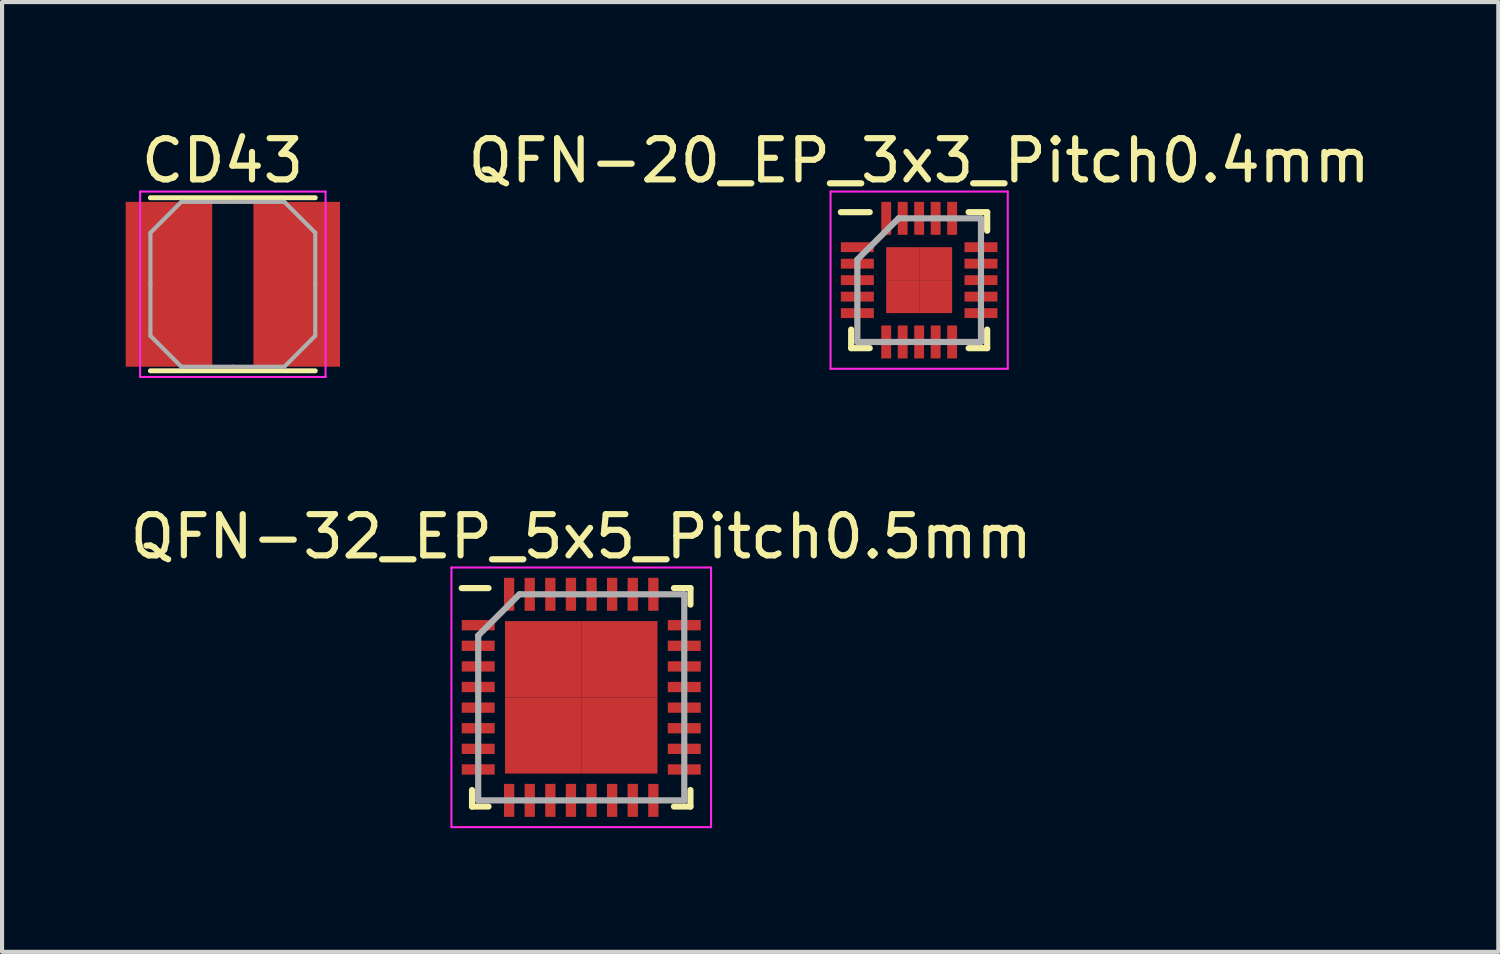
<source format=kicad_pcb>
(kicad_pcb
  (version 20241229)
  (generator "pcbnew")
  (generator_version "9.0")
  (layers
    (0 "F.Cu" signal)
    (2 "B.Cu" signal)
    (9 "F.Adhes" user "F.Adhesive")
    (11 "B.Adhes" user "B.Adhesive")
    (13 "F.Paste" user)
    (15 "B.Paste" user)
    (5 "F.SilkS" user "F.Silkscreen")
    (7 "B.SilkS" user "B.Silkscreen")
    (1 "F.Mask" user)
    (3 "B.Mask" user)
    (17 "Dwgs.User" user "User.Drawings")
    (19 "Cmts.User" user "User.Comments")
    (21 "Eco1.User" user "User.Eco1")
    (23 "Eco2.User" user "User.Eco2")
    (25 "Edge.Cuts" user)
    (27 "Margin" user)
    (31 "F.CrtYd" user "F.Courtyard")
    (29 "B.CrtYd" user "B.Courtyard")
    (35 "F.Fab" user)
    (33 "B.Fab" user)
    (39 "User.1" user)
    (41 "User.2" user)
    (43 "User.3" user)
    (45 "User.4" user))
  (footprint "QFN-32_EP_5x5_Pitch0.5mm"
    (layer "F.Cu")
    (at 11.054 13.871)
    (property "Reference" "QFN-32_EP_5x5_Pitch0.5mm" (at 0 -3.9 0) (layer "F.SilkS") (effects (font (size 1 1) (thickness 0.15))))
    (attr smd)
    (fp_line (start -2.65 2.65) (end -2.65 2.25) (stroke (width 0.15) (type solid)) (layer "F.SilkS"))
    (fp_line (start -2.25 -2.65) (end -2.9 -2.65) (stroke (width 0.15) (type solid)) (layer "F.SilkS"))
    (fp_line (start -2.25 2.65) (end -2.65 2.65) (stroke (width 0.15) (type solid)) (layer "F.SilkS"))
    (fp_line (start 2.25 -2.65) (end 2.65 -2.65) (stroke (width 0.15) (type solid)) (layer "F.SilkS"))
    (fp_line (start 2.25 2.65) (end 2.65 2.65) (stroke (width 0.15) (type solid)) (layer "F.SilkS"))
    (fp_line (start 2.65 -2.65) (end 2.65 -2.25) (stroke (width 0.15) (type solid)) (layer "F.SilkS"))
    (fp_line (start 2.65 2.65) (end 2.65 2.25) (stroke (width 0.15) (type solid)) (layer "F.SilkS"))
    (fp_line (start -3.15 -3.15) (end 3.15 -3.15) (stroke (width 0.05) (type solid)) (layer "F.CrtYd"))
    (fp_line (start -3.15 3.15) (end -3.15 -3.15) (stroke (width 0.05) (type solid)) (layer "F.CrtYd"))
    (fp_line (start 3.15 -3.15) (end 3.15 3.15) (stroke (width 0.05) (type solid)) (layer "F.CrtYd"))
    (fp_line (start 3.15 3.15) (end -3.15 3.15) (stroke (width 0.05) (type solid)) (layer "F.CrtYd"))
    (fp_line (start -2.5 -1.5) (end -2.5 2.5) (stroke (width 0.15) (type solid)) (layer "F.Fab"))
    (fp_line (start -2.5 2.5) (end 2.5 2.5) (stroke (width 0.15) (type solid)) (layer "F.Fab"))
    (fp_line (start -1.5 -2.5) (end -2.5 -1.5) (stroke (width 0.15) (type solid)) (layer "F.Fab"))
    (fp_line (start 2.5 -2.5) (end -1.5 -2.5) (stroke (width 0.15) (type solid)) (layer "F.Fab"))
    (fp_line (start 2.5 2.5) (end 2.5 -2.5) (stroke (width 0.15) (type solid)) (layer "F.Fab"))
    (pad "1" smd rect (at -2.5 -1.75 90) (size 0.25 0.8) (layers "F.Cu" "F.Mask" "F.Paste"))
    (pad "2" smd rect (at -2.5 -1.25 90) (size 0.25 0.8) (layers "F.Cu" "F.Mask" "F.Paste"))
    (pad "3" smd rect (at -2.5 -0.75 90) (size 0.25 0.8) (layers "F.Cu" "F.Mask" "F.Paste"))
    (pad "4" smd rect (at -2.5 -0.25 90) (size 0.25 0.8) (layers "F.Cu" "F.Mask" "F.Paste"))
    (pad "5" smd rect (at -2.5 0.25 90) (size 0.25 0.8) (layers "F.Cu" "F.Mask" "F.Paste"))
    (pad "6" smd rect (at -2.5 0.75 90) (size 0.25 0.8) (layers "F.Cu" "F.Mask" "F.Paste"))
    (pad "7" smd rect (at -2.5 1.25 90) (size 0.25 0.8) (layers "F.Cu" "F.Mask" "F.Paste"))
    (pad "8" smd rect (at -2.5 1.75 90) (size 0.25 0.8) (layers "F.Cu" "F.Mask" "F.Paste"))
    (pad "9" smd rect (at -1.75 2.5) (size 0.25 0.8) (layers "F.Cu" "F.Mask" "F.Paste"))
    (pad "10" smd rect (at -1.25 2.5) (size 0.25 0.8) (layers "F.Cu" "F.Mask" "F.Paste"))
    (pad "11" smd rect (at -0.75 2.5) (size 0.25 0.8) (layers "F.Cu" "F.Mask" "F.Paste"))
    (pad "12" smd rect (at -0.25 2.5) (size 0.25 0.8) (layers "F.Cu" "F.Mask" "F.Paste"))
    (pad "13" smd rect (at 0.25 2.5) (size 0.25 0.8) (layers "F.Cu" "F.Mask" "F.Paste"))
    (pad "14" smd rect (at 0.75 2.5) (size 0.25 0.8) (layers "F.Cu" "F.Mask" "F.Paste"))
    (pad "15" smd rect (at 1.25 2.5) (size 0.25 0.8) (layers "F.Cu" "F.Mask" "F.Paste"))
    (pad "16" smd rect (at 1.75 2.5) (size 0.25 0.8) (layers "F.Cu" "F.Mask" "F.Paste"))
    (pad "17" smd rect (at 2.5 1.75 90) (size 0.25 0.8) (layers "F.Cu" "F.Mask" "F.Paste"))
    (pad "18" smd rect (at 2.5 1.25 90) (size 0.25 0.8) (layers "F.Cu" "F.Mask" "F.Paste"))
    (pad "19" smd rect (at 2.5 0.75 90) (size 0.25 0.8) (layers "F.Cu" "F.Mask" "F.Paste"))
    (pad "20" smd rect (at 2.5 0.25 90) (size 0.25 0.8) (layers "F.Cu" "F.Mask" "F.Paste"))
    (pad "21" smd rect (at 2.5 -0.25 90) (size 0.25 0.8) (layers "F.Cu" "F.Mask" "F.Paste"))
    (pad "22" smd rect (at 2.5 -0.75 90) (size 0.25 0.8) (layers "F.Cu" "F.Mask" "F.Paste"))
    (pad "23" smd rect (at 2.5 -1.25 90) (size 0.25 0.8) (layers "F.Cu" "F.Mask" "F.Paste"))
    (pad "24" smd rect (at 2.5 -1.75 90) (size 0.25 0.8) (layers "F.Cu" "F.Mask" "F.Paste"))
    (pad "25" smd rect (at 1.75 -2.5) (size 0.25 0.8) (layers "F.Cu" "F.Mask" "F.Paste"))
    (pad "26" smd rect (at 1.25 -2.5) (size 0.25 0.8) (layers "F.Cu" "F.Mask" "F.Paste"))
    (pad "27" smd rect (at 0.75 -2.5) (size 0.25 0.8) (layers "F.Cu" "F.Mask" "F.Paste"))
    (pad "28" smd rect (at 0.25 -2.5) (size 0.25 0.8) (layers "F.Cu" "F.Mask" "F.Paste"))
    (pad "29" smd rect (at -0.25 -2.5) (size 0.25 0.8) (layers "F.Cu" "F.Mask" "F.Paste"))
    (pad "30" smd rect (at -0.75 -2.5) (size 0.25 0.8) (layers "F.Cu" "F.Mask" "F.Paste"))
    (pad "31" smd rect (at -1.25 -2.5) (size 0.25 0.8) (layers "F.Cu" "F.Mask" "F.Paste"))
    (pad "32" smd rect (at -1.75 -2.5) (size 0.25 0.8) (layers "F.Cu" "F.Mask" "F.Paste"))
    (pad "33" smd rect (at -0.925 -0.925) (size 1.85 1.85) (layers "F.Cu" "F.Mask" "F.Paste"))
    (pad "33" smd rect (at -0.925 0.925) (size 1.85 1.85) (layers "F.Cu" "F.Mask" "F.Paste"))
    (pad "33" smd rect (at 0.925 -0.925) (size 1.85 1.85) (layers "F.Cu" "F.Mask" "F.Paste"))
    (pad "33" smd rect (at 0.925 0.925) (size 1.85 1.85) (layers "F.Cu" "F.Mask" "F.Paste")))
  (footprint "QFN-20_EP_3x3_Pitch0.4mm"
    (layer "F.Cu")
    (at 19.254 3.748)
    (property "Reference" "QFN-20_EP_3x3_Pitch0.4mm" (at 0 -2.9 0) (layer "F.SilkS") (effects (font (size 1 1) (thickness 0.15))))
    (attr smd)
    (fp_line (start -1.65 1.65) (end -1.65 1.2) (stroke (width 0.15) (type solid)) (layer "F.SilkS"))
    (fp_line (start -1.2 -1.65) (end -1.9 -1.65) (stroke (width 0.15) (type solid)) (layer "F.SilkS"))
    (fp_line (start -1.2 1.65) (end -1.65 1.65) (stroke (width 0.15) (type solid)) (layer "F.SilkS"))
    (fp_line (start 1.2 -1.65) (end 1.65 -1.65) (stroke (width 0.15) (type solid)) (layer "F.SilkS"))
    (fp_line (start 1.2 1.65) (end 1.65 1.65) (stroke (width 0.15) (type solid)) (layer "F.SilkS"))
    (fp_line (start 1.65 -1.65) (end 1.65 -1.2) (stroke (width 0.15) (type solid)) (layer "F.SilkS"))
    (fp_line (start 1.65 1.65) (end 1.65 1.2) (stroke (width 0.15) (type solid)) (layer "F.SilkS"))
    (fp_line (start -2.15 -2.15) (end 2.15 -2.15) (stroke (width 0.05) (type solid)) (layer "F.CrtYd"))
    (fp_line (start -2.15 2.15) (end -2.15 -2.15) (stroke (width 0.05) (type solid)) (layer "F.CrtYd"))
    (fp_line (start 2.15 -2.15) (end 2.15 2.15) (stroke (width 0.05) (type solid)) (layer "F.CrtYd"))
    (fp_line (start 2.15 2.15) (end -2.15 2.15) (stroke (width 0.05) (type solid)) (layer "F.CrtYd"))
    (fp_line (start -1.5 -0.5) (end -1.5 1.5) (stroke (width 0.15) (type solid)) (layer "F.Fab"))
    (fp_line (start -1.5 1.5) (end 1.5 1.5) (stroke (width 0.15) (type solid)) (layer "F.Fab"))
    (fp_line (start -0.5 -1.5) (end -1.5 -0.5) (stroke (width 0.15) (type solid)) (layer "F.Fab"))
    (fp_line (start 1.5 -1.5) (end -0.5 -1.5) (stroke (width 0.15) (type solid)) (layer "F.Fab"))
    (fp_line (start 1.5 1.5) (end 1.5 -1.5) (stroke (width 0.15) (type solid)) (layer "F.Fab"))
    (pad "1" smd rect (at -1.5 -0.8 90) (size 0.24 0.8) (layers "F.Cu" "F.Mask" "F.Paste"))
    (pad "2" smd rect (at -1.5 -0.4 90) (size 0.24 0.8) (layers "F.Cu" "F.Mask" "F.Paste"))
    (pad "3" smd rect (at -1.5 0 90) (size 0.24 0.8) (layers "F.Cu" "F.Mask" "F.Paste"))
    (pad "4" smd rect (at -1.5 0.4 90) (size 0.24 0.8) (layers "F.Cu" "F.Mask" "F.Paste"))
    (pad "5" smd rect (at -1.5 0.8 90) (size 0.24 0.8) (layers "F.Cu" "F.Mask" "F.Paste"))
    (pad "6" smd rect (at -0.8 1.5) (size 0.24 0.8) (layers "F.Cu" "F.Mask" "F.Paste"))
    (pad "7" smd rect (at -0.4 1.5) (size 0.24 0.8) (layers "F.Cu" "F.Mask" "F.Paste"))
    (pad "8" smd rect (at 0 1.5) (size 0.24 0.8) (layers "F.Cu" "F.Mask" "F.Paste"))
    (pad "9" smd rect (at 0.4 1.5) (size 0.24 0.8) (layers "F.Cu" "F.Mask" "F.Paste"))
    (pad "10" smd rect (at 0.8 1.5) (size 0.24 0.8) (layers "F.Cu" "F.Mask" "F.Paste"))
    (pad "11" smd rect (at 1.5 0.8 90) (size 0.24 0.8) (layers "F.Cu" "F.Mask" "F.Paste"))
    (pad "12" smd rect (at 1.5 0.4 90) (size 0.24 0.8) (layers "F.Cu" "F.Mask" "F.Paste"))
    (pad "13" smd rect (at 1.5 0 90) (size 0.24 0.8) (layers "F.Cu" "F.Mask" "F.Paste"))
    (pad "14" smd rect (at 1.5 -0.4 90) (size 0.24 0.8) (layers "F.Cu" "F.Mask" "F.Paste"))
    (pad "15" smd rect (at 1.5 -0.8 90) (size 0.24 0.8) (layers "F.Cu" "F.Mask" "F.Paste"))
    (pad "16" smd rect (at 0.8 -1.5) (size 0.24 0.8) (layers "F.Cu" "F.Mask" "F.Paste"))
    (pad "17" smd rect (at 0.4 -1.5) (size 0.24 0.8) (layers "F.Cu" "F.Mask" "F.Paste"))
    (pad "18" smd rect (at 0 -1.5) (size 0.24 0.8) (layers "F.Cu" "F.Mask" "F.Paste"))
    (pad "19" smd rect (at -0.4 -1.5) (size 0.24 0.8) (layers "F.Cu" "F.Mask" "F.Paste"))
    (pad "20" smd rect (at -0.8 -1.5) (size 0.24 0.8) (layers "F.Cu" "F.Mask" "F.Paste"))
    (pad "21" smd rect (at -0.4 -0.4) (size 0.8 0.8) (layers "F.Cu" "F.Mask" "F.Paste"))
    (pad "21" smd rect (at -0.4 0.4) (size 0.8 0.8) (layers "F.Cu" "F.Mask" "F.Paste"))
    (pad "21" smd rect (at 0.4 -0.4) (size 0.8 0.8) (layers "F.Cu" "F.Mask" "F.Paste"))
    (pad "21" smd rect (at 0.4 0.4) (size 0.8 0.8) (layers "F.Cu" "F.Mask" "F.Paste")))
  (footprint "CD43"
    (layer "F.Cu")
    (at 2.6 3.848)
    (property "Reference" "CD43" (at -0.25 -3 0) (layer "F.SilkS") (effects (font (size 1 1) (thickness 0.15))))
    (attr through_hole)
    (fp_line (start -2 -2.1) (end 2 -2.1) (stroke (width 0.12) (type solid)) (layer "F.SilkS"))
    (fp_line (start -2 2.1) (end 2 2.1) (stroke (width 0.12) (type solid)) (layer "F.SilkS"))
    (fp_line (start -2.25 -2.25) (end -2.25 2.25) (stroke (width 0.05) (type solid)) (layer "F.CrtYd"))
    (fp_line (start -2.25 2.25) (end 2.25 2.25) (stroke (width 0.05) (type solid)) (layer "F.CrtYd"))
    (fp_line (start 2.25 -2.25) (end -2.25 -2.25) (stroke (width 0.05) (type solid)) (layer "F.CrtYd"))
    (fp_line (start 2.25 2.25) (end 2.25 -2.25) (stroke (width 0.05) (type solid)) (layer "F.CrtYd"))
    (fp_line (start -2 -1.25) (end -1.25 -2) (stroke (width 0.1) (type solid)) (layer "F.Fab"))
    (fp_line (start -2 0) (end -2 -1.25) (stroke (width 0.1) (type solid)) (layer "F.Fab"))
    (fp_line (start -2 0) (end -2 1.25) (stroke (width 0.1) (type solid)) (layer "F.Fab"))
    (fp_line (start -2 1.25) (end -1.25 2) (stroke (width 0.1) (type solid)) (layer "F.Fab"))
    (fp_line (start -1.25 -2) (end 0 -2) (stroke (width 0.1) (type solid)) (layer "F.Fab"))
    (fp_line (start -1.25 2) (end 0 2) (stroke (width 0.1) (type solid)) (layer "F.Fab"))
    (fp_line (start 1.25 -2) (end 0 -2) (stroke (width 0.1) (type solid)) (layer "F.Fab"))
    (fp_line (start 1.25 2) (end 0 2) (stroke (width 0.1) (type solid)) (layer "F.Fab"))
    (fp_line (start 2 -1.25) (end 1.25 -2) (stroke (width 0.1) (type solid)) (layer "F.Fab"))
    (fp_line (start 2 0) (end 2 -1.25) (stroke (width 0.1) (type solid)) (layer "F.Fab"))
    (fp_line (start 2 0) (end 2 1.25) (stroke (width 0.1) (type solid)) (layer "F.Fab"))
    (fp_line (start 2 1.25) (end 1.25 2) (stroke (width 0.1) (type solid)) (layer "F.Fab"))
    (pad "1" smd rect (at -1.55 0) (size 2.1 4) (layers "F.Cu" "F.Mask" "F.Paste"))
    (pad "2" smd rect (at 1.55 0) (size 2.1 4) (layers "F.Cu" "F.Mask" "F.Paste")))
  (gr_rect
    (start -3 -3)
    (end 33.307 20.047)
    (stroke (width 0.1) (type default))
    (fill no)
    (layer "Edge.Cuts")))
</source>
